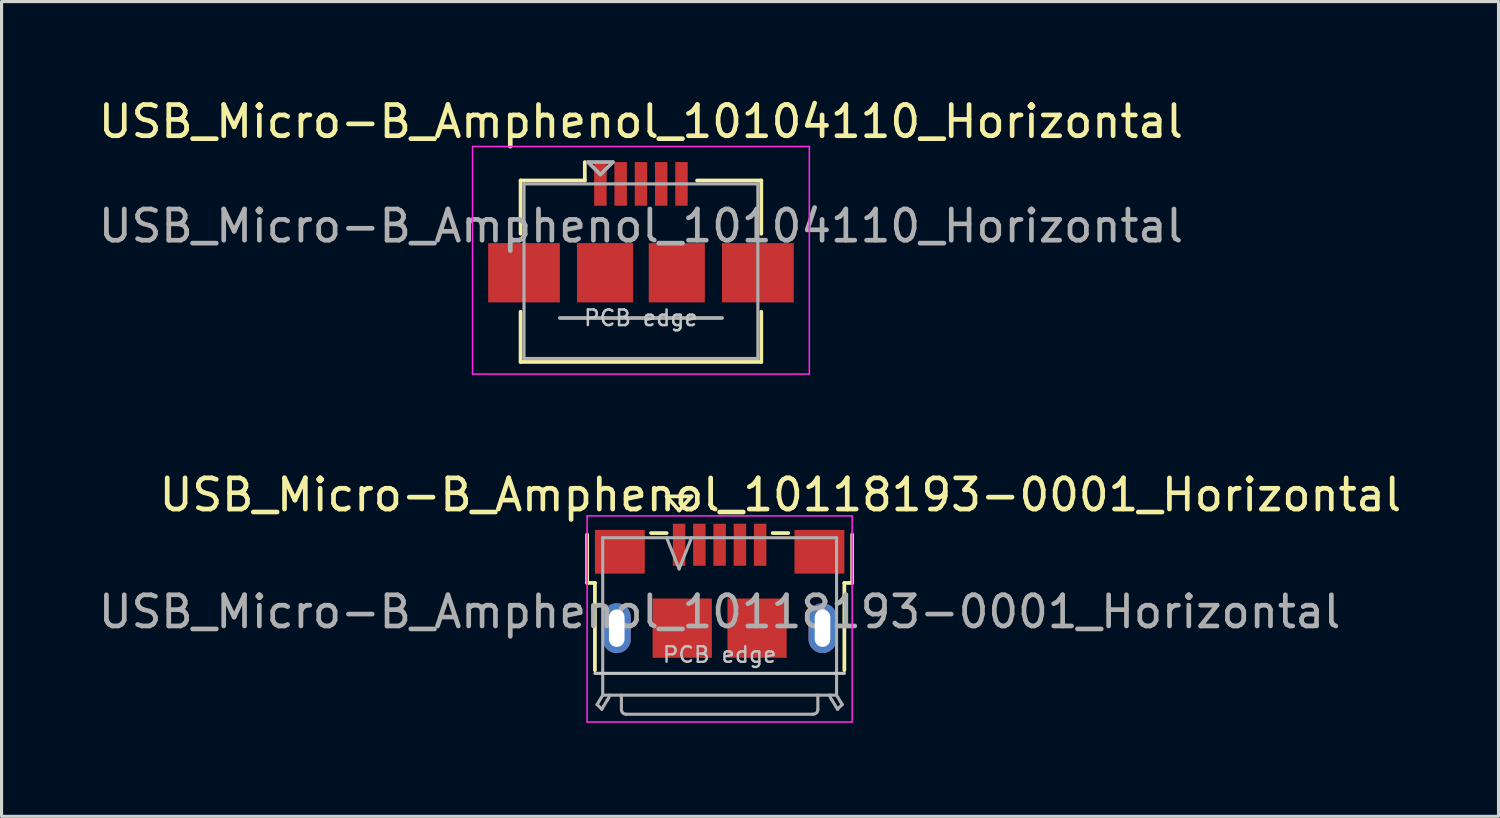
<source format=kicad_pcb>
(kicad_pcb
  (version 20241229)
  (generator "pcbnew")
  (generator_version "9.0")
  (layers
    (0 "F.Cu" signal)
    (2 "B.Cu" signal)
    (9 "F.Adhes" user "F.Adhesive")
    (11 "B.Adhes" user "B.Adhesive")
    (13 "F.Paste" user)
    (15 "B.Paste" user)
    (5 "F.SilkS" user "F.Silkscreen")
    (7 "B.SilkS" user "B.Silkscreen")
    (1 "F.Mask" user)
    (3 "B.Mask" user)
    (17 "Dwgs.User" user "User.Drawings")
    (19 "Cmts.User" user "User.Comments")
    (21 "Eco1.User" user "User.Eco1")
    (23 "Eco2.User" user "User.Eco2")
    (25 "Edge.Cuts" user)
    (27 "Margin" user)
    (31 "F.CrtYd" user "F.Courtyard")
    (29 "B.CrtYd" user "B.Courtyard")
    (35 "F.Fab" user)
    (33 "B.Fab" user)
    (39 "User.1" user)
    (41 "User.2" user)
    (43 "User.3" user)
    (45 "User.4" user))
  (footprint "USB_Micro-B_Amphenol_10104110_Horizontal"
    (layer "F.Cu")
    (at 17.506 4.398)
    (property "Reference" "USB_Micro-B_Amphenol_10104110_Horizontal" (at 0 -3.55 0) (layer "F.SilkS") (effects (font (size 1 1) (thickness 0.15))))
    (attr smd)
    (fp_line (start -3.86 -1.66) (end -1.8 -1.66) (stroke (width 0.12) (type solid)) (layer "F.SilkS"))
    (fp_line (start -3.86 0.05) (end -3.86 -1.66) (stroke (width 0.12) (type solid)) (layer "F.SilkS"))
    (fp_line (start -3.86 4.16) (end -3.86 2.55) (stroke (width 0.12) (type solid)) (layer "F.SilkS"))
    (fp_line (start -3.86 4.16) (end 3.86 4.16) (stroke (width 0.12) (type solid)) (layer "F.SilkS"))
    (fp_line (start -1.8 -1.66) (end -1.8 -2.25) (stroke (width 0.12) (type solid)) (layer "F.SilkS"))
    (fp_line (start 3.86 -1.66) (end 1.8 -1.66) (stroke (width 0.12) (type solid)) (layer "F.SilkS"))
    (fp_line (start 3.86 0.05) (end 3.86 -1.66) (stroke (width 0.12) (type solid)) (layer "F.SilkS"))
    (fp_line (start 3.86 4.16) (end 3.86 2.55) (stroke (width 0.12) (type solid)) (layer "F.SilkS"))
    (fp_line (start -5.4 -2.75) (end -5.4 4.55) (stroke (width 0.05) (type solid)) (layer "F.CrtYd"))
    (fp_line (start -5.4 4.55) (end 5.4 4.55) (stroke (width 0.05) (type solid)) (layer "F.CrtYd"))
    (fp_line (start 5.4 -2.75) (end -5.4 -2.75) (stroke (width 0.05) (type solid)) (layer "F.CrtYd"))
    (fp_line (start 5.4 4.55) (end 5.4 -2.75) (stroke (width 0.05) (type solid)) (layer "F.CrtYd"))
    (fp_line (start -3.75 -1.55) (end 3.75 -1.55) (stroke (width 0.1) (type solid)) (layer "F.Fab"))
    (fp_line (start -3.75 4.05) (end -3.75 -1.55) (stroke (width 0.1) (type solid)) (layer "F.Fab"))
    (fp_line (start -2.6 2.75) (end 2.6 2.75) (stroke (width 0.12) (type solid)) (layer "F.Fab"))
    (fp_line (start -1.7 -2.25) (end -1.3 -1.85) (stroke (width 0.12) (type solid)) (layer "F.Fab"))
    (fp_line (start -1.3 -1.85) (end -0.9 -2.25) (stroke (width 0.12) (type solid)) (layer "F.Fab"))
    (fp_line (start -0.9 -2.25) (end -1.7 -2.25) (stroke (width 0.12) (type solid)) (layer "F.Fab"))
    (fp_line (start 3.75 -1.55) (end 3.75 4.05) (stroke (width 0.1) (type solid)) (layer "F.Fab"))
    (fp_line (start 3.75 4.05) (end -3.75 4.05) (stroke (width 0.1) (type solid)) (layer "F.Fab"))
    (fp_text user "PCB edge" (at 0 2.75 0) (layer "Dwgs.User") (effects (font (size 0.5 0.5) (thickness 0.08))))
    (fp_text user "${REFERENCE}" (at 0 -0.2 0) (layer "F.Fab") (effects (font (size 1 1) (thickness 0.15))))
    (pad "1" smd rect (at -1.3 -1.55) (size 0.4 1.4) (layers "F.Cu" "F.Mask" "F.Paste"))
    (pad "2" smd rect (at -0.65 -1.55) (size 0.4 1.4) (layers "F.Cu" "F.Mask" "F.Paste"))
    (pad "3" smd rect (at 0 -1.55) (size 0.4 1.4) (layers "F.Cu" "F.Mask" "F.Paste"))
    (pad "4" smd rect (at 0.65 -1.55) (size 0.4 1.4) (layers "F.Cu" "F.Mask" "F.Paste"))
    (pad "5" smd rect (at 1.3 -1.55) (size 0.4 1.4) (layers "F.Cu" "F.Mask" "F.Paste"))
    (pad "6" smd rect (at -3.75 1.3) (size 2.3 1.9) (layers "F.Cu" "F.Mask" "F.Paste"))
    (pad "6" smd rect (at -1.15 1.3) (size 1.8 1.9) (layers "F.Cu" "F.Mask" "F.Paste"))
    (pad "6" smd rect (at 1.15 1.3) (size 1.8 1.9) (layers "F.Cu" "F.Mask" "F.Paste"))
    (pad "6" smd rect (at 3.75 1.3) (size 2.3 1.9) (layers "F.Cu" "F.Mask" "F.Paste")))
  (footprint "USB_Micro-B_Amphenol_10118193-0001_Horizontal"
    (layer "F.Cu")
    (at 20.03 15.896)
    (property "Reference" "USB_Micro-B_Amphenol_10118193-0001_Horizontal" (at 1.95 -3.075 0) (layer "F.SilkS") (effects (font (size 1 1) (thickness 0.15))))
    (attr smd)
    (fp_line (start -4.25 -0.25) (end -4.25 -1.8) (stroke (width 0.12) (type solid)) (layer "F.SilkS"))
    (fp_line (start -4.25 -0.25) (end -4 -0.25) (stroke (width 0.12) (type solid)) (layer "F.SilkS"))
    (fp_line (start -4 2.55) (end -4 -0.25) (stroke (width 0.12) (type solid)) (layer "F.SilkS"))
    (fp_line (start -2.2 -1.85) (end -1.7 -1.85) (stroke (width 0.12) (type solid)) (layer "F.SilkS"))
    (fp_line (start -1.7 -3.025) (end -0.9 -3.025) (stroke (width 0.12) (type solid)) (layer "F.SilkS"))
    (fp_line (start -1.3 -2.575) (end -1.7 -3.025) (stroke (width 0.12) (type solid)) (layer "F.SilkS"))
    (fp_line (start -0.9 -3.025) (end -1.3 -2.575) (stroke (width 0.12) (type solid)) (layer "F.SilkS"))
    (fp_line (start 1.7 -1.85) (end 2.2 -1.85) (stroke (width 0.12) (type solid)) (layer "F.SilkS"))
    (fp_line (start 4 -0.25) (end 4.25 -0.25) (stroke (width 0.12) (type solid)) (layer "F.SilkS"))
    (fp_line (start 4 2.55) (end 4 -0.25) (stroke (width 0.12) (type solid)) (layer "F.SilkS"))
    (fp_line (start 4.25 -0.25) (end 4.25 -1.8) (stroke (width 0.12) (type solid)) (layer "F.SilkS"))
    (fp_line (start -4 2.65) (end 4 2.65) (stroke (width 0.1) (type solid)) (layer "Dwgs.User"))
    (fp_line (start -4.25 -2.4) (end -4.25 4.21) (stroke (width 0.05) (type solid)) (layer "F.CrtYd"))
    (fp_line (start -4.25 -2.4) (end 4.25 -2.4) (stroke (width 0.05) (type solid)) (layer "F.CrtYd"))
    (fp_line (start 4.25 4.21) (end -4.25 4.21) (stroke (width 0.05) (type solid)) (layer "F.CrtYd"))
    (fp_line (start 4.25 4.21) (end 4.25 -2.4) (stroke (width 0.05) (type solid)) (layer "F.CrtYd"))
    (fp_line (start -3.93 3.65) (end -3.78 3.8) (stroke (width 0.1) (type solid)) (layer "F.Fab"))
    (fp_line (start -3.75 -1.7) (end 3.75 -1.7) (stroke (width 0.1) (type solid)) (layer "F.Fab"))
    (fp_line (start -3.75 3.35) (end -3.93 3.65) (stroke (width 0.1) (type solid)) (layer "F.Fab"))
    (fp_line (start -3.75 3.35) (end -3.75 -1.7) (stroke (width 0.1) (type solid)) (layer "F.Fab"))
    (fp_line (start -3.6 3.5) (end -3.78 3.8) (stroke (width 0.1) (type solid)) (layer "F.Fab"))
    (fp_line (start -3.15 3.35) (end -3.15 3.81) (stroke (width 0.1) (type solid)) (layer "F.Fab"))
    (fp_line (start -1.7 -1.7) (end -1.3 -0.7) (stroke (width 0.1) (type solid)) (layer "F.Fab"))
    (fp_line (start -1.3 -0.7) (end -0.9 -1.7) (stroke (width 0.1) (type solid)) (layer "F.Fab"))
    (fp_line (start 3 3.96) (end -3 3.96) (stroke (width 0.1) (type solid)) (layer "F.Fab"))
    (fp_line (start 3.15 3.35) (end 3.15 3.81) (stroke (width 0.1) (type solid)) (layer "F.Fab"))
    (fp_line (start 3.6 3.5) (end 3.78 3.8) (stroke (width 0.1) (type solid)) (layer "F.Fab"))
    (fp_line (start 3.75 -1.7) (end 3.75 3.35) (stroke (width 0.1) (type solid)) (layer "F.Fab"))
    (fp_line (start 3.75 3.35) (end -3.75 3.35) (stroke (width 0.1) (type solid)) (layer "F.Fab"))
    (fp_line (start 3.75 3.35) (end 3.93 3.65) (stroke (width 0.1) (type solid)) (layer "F.Fab"))
    (fp_line (start 3.93 3.65) (end 3.78 3.8) (stroke (width 0.1) (type solid)) (layer "F.Fab"))
    (fp_arc (start -3.537868 3.35) (mid -3.554016 3.431179) (end -3.6 3.5) (stroke (width 0.1) (type solid)) (layer "F.Fab"))
    (fp_arc (start -3 3.96) (mid -3.106066 3.916066) (end -3.15 3.81) (stroke (width 0.1) (type solid)) (layer "F.Fab"))
    (fp_arc (start 3.15 3.81) (mid 3.106066 3.916066) (end 3 3.96) (stroke (width 0.1) (type solid)) (layer "F.Fab"))
    (fp_arc (start 3.6 3.5) (mid 3.554016 3.431179) (end 3.537868 3.35) (stroke (width 0.1) (type solid)) (layer "F.Fab"))
    (fp_text user "PCB edge" (at 0 2.05 0) (layer "Dwgs.User") (effects (font (size 0.5 0.5) (thickness 0.075))))
    (fp_text user "${REFERENCE}" (at 0 0.675 0) (layer "F.Fab") (effects (font (size 1 1) (thickness 0.15))))
    (pad "1" smd rect (at -1.3 -1.475 90) (size 1.35 0.4) (layers "F.Cu" "F.Mask" "F.Paste"))
    (pad "2" smd rect (at -0.65 -1.475 90) (size 1.35 0.4) (layers "F.Cu" "F.Mask" "F.Paste"))
    (pad "3" smd rect (at 0 -1.475 90) (size 1.35 0.4) (layers "F.Cu" "F.Mask" "F.Paste"))
    (pad "4" smd rect (at 0.65 -1.475 90) (size 1.35 0.4) (layers "F.Cu" "F.Mask" "F.Paste"))
    (pad "5" smd rect (at 1.3 -1.475 90) (size 1.35 0.4) (layers "F.Cu" "F.Mask" "F.Paste"))
    (pad "6" thru_hole oval (at -3.3 1.2 90) (size 1.6 0.9) (drill oval 1.2 0.5) (layers "*.Cu" "*.Mask"))
    (pad "6" smd rect (at -3.2 -1.25) (size 1.6 1.4) (layers "F.Cu" "F.Mask" "F.Paste"))
    (pad "6" smd rect (at -1.2 1.2 90) (size 1.9 1.9) (layers "F.Cu" "F.Mask" "F.Paste"))
    (pad "6" smd rect (at 1.2 1.2 90) (size 1.9 1.9) (layers "F.Cu" "F.Mask" "F.Paste"))
    (pad "6" smd rect (at 3.2 -1.25) (size 1.6 1.4) (layers "F.Cu" "F.Mask" "F.Paste"))
    (pad "6" thru_hole oval (at 3.3 1.2 90) (size 1.6 0.9) (drill oval 1.2 0.5) (layers "*.Cu" "*.Mask")))
  (gr_rect
    (start -3 -3)
    (end 45.01 23.131)
    (stroke (width 0.1) (type default))
    (fill no)
    (layer "Edge.Cuts")))
</source>
